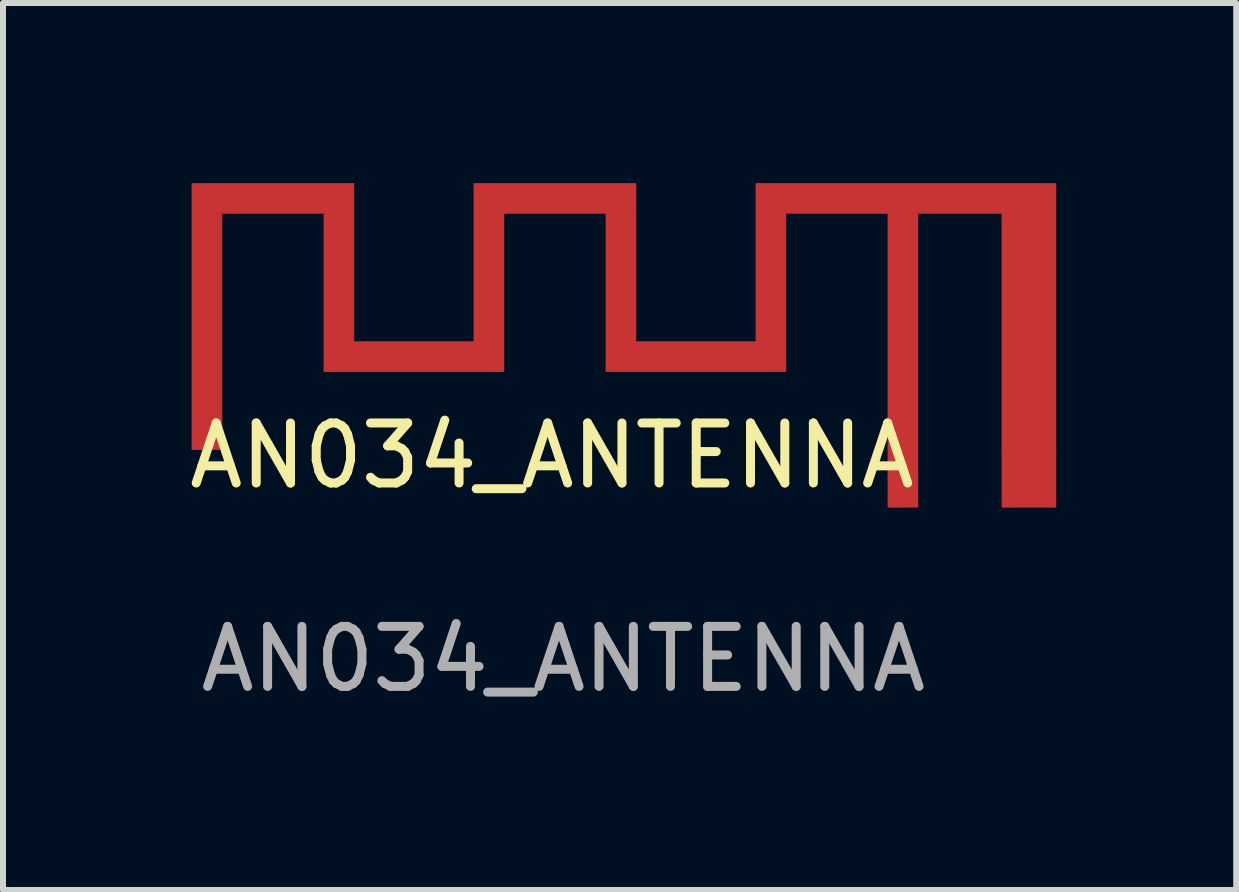
<source format=kicad_pcb>
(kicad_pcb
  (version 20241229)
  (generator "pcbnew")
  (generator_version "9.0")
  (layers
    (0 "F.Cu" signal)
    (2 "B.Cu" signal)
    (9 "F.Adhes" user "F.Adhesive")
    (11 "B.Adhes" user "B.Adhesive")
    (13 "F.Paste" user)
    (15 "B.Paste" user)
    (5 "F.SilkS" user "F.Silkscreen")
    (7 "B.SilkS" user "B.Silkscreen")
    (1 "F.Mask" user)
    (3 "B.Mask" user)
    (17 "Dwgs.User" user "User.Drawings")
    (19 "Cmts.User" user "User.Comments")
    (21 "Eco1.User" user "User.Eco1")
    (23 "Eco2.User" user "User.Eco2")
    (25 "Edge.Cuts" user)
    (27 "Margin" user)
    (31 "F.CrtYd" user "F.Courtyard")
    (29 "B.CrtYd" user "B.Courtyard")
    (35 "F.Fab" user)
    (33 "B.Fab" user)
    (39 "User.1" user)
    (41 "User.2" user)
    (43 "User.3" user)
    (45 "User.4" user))
  (footprint "AN034_ANTENNA"
    (layer "F.Cu")
    (at 6.949 5.365)
    (property "Reference" "AN034_ANTENNA" (at -0.8 -0.82 0) (unlocked yes) (layer "F.SilkS") (effects (font (size 1 1) (thickness 0.15))))
    (attr smd)
    (fp_rect (start -6.8 -4.86) (end -6.3 -0.92) (stroke (width 0.01) (type solid)) (fill yes) (layer "F.Cu"))
    (fp_rect (start -4.6 -4.86) (end -4.1 -2.22) (stroke (width 0.01) (type solid)) (fill yes) (layer "F.Cu"))
    (fp_rect (start -4.1 -4.86) (end -6.8 -5.36) (stroke (width 0.01) (type solid)) (fill yes) (layer "F.Cu"))
    (fp_rect (start -2.1 -4.86) (end -1.6 -2.22) (stroke (width 0.01) (type solid)) (fill yes) (layer "F.Cu"))
    (fp_rect (start -2.1 -2.22) (end -4.1 -2.72) (stroke (width 0.01) (type solid)) (fill yes) (layer "F.Cu"))
    (fp_rect (start 0.1 -4.86) (end 0.6 -2.22) (stroke (width 0.01) (type solid)) (fill yes) (layer "F.Cu"))
    (fp_rect (start 0.6 -4.86) (end -2.1 -5.36) (stroke (width 0.01) (type solid)) (fill yes) (layer "F.Cu"))
    (fp_rect (start 2.6 -4.86) (end 3.1 -2.22) (stroke (width 0.01) (type solid)) (fill yes) (layer "F.Cu"))
    (fp_rect (start 2.6 -2.22) (end 0.6 -2.72) (stroke (width 0.01) (type solid)) (fill yes) (layer "F.Cu"))
    (fp_rect (start 5.3 -4.86) (end 4.8 -0.44) (stroke (width 0.01) (type solid)) (fill yes) (layer "F.Cu"))
    (fp_rect (start 7.6 -4.86) (end 2.6 -5.36) (stroke (width 0.01) (type solid)) (fill yes) (layer "F.Cu"))
    (fp_rect (start 7.6 -0.83) (end 6.7 -4.86) (stroke (width 0.01) (type solid)) (fill yes) (layer "F.Cu"))
    (fp_text user "${REFERENCE}" (at -0.61 2.57 0) (unlocked yes) (layer "F.Fab") (effects (font (size 1 1) (thickness 0.15))))
    (pad "1" smd roundrect (at 7.15 -0.41) (size 0.91 0.91) (layers "F.Cu" "F.Mask" "F.Paste") (roundrect_rratio 0.011))
    (pad "2" smd roundrect (at 5.05 -0.21) (size 0.51 0.51) (layers "F.Cu" "F.Mask" "F.Paste") (roundrect_rratio 0.02)))
  (gr_rect
    (start -3 -3)
    (end 17.554 11.783)
    (stroke (width 0.1) (type default))
    (fill no)
    (layer "Edge.Cuts")))
</source>
